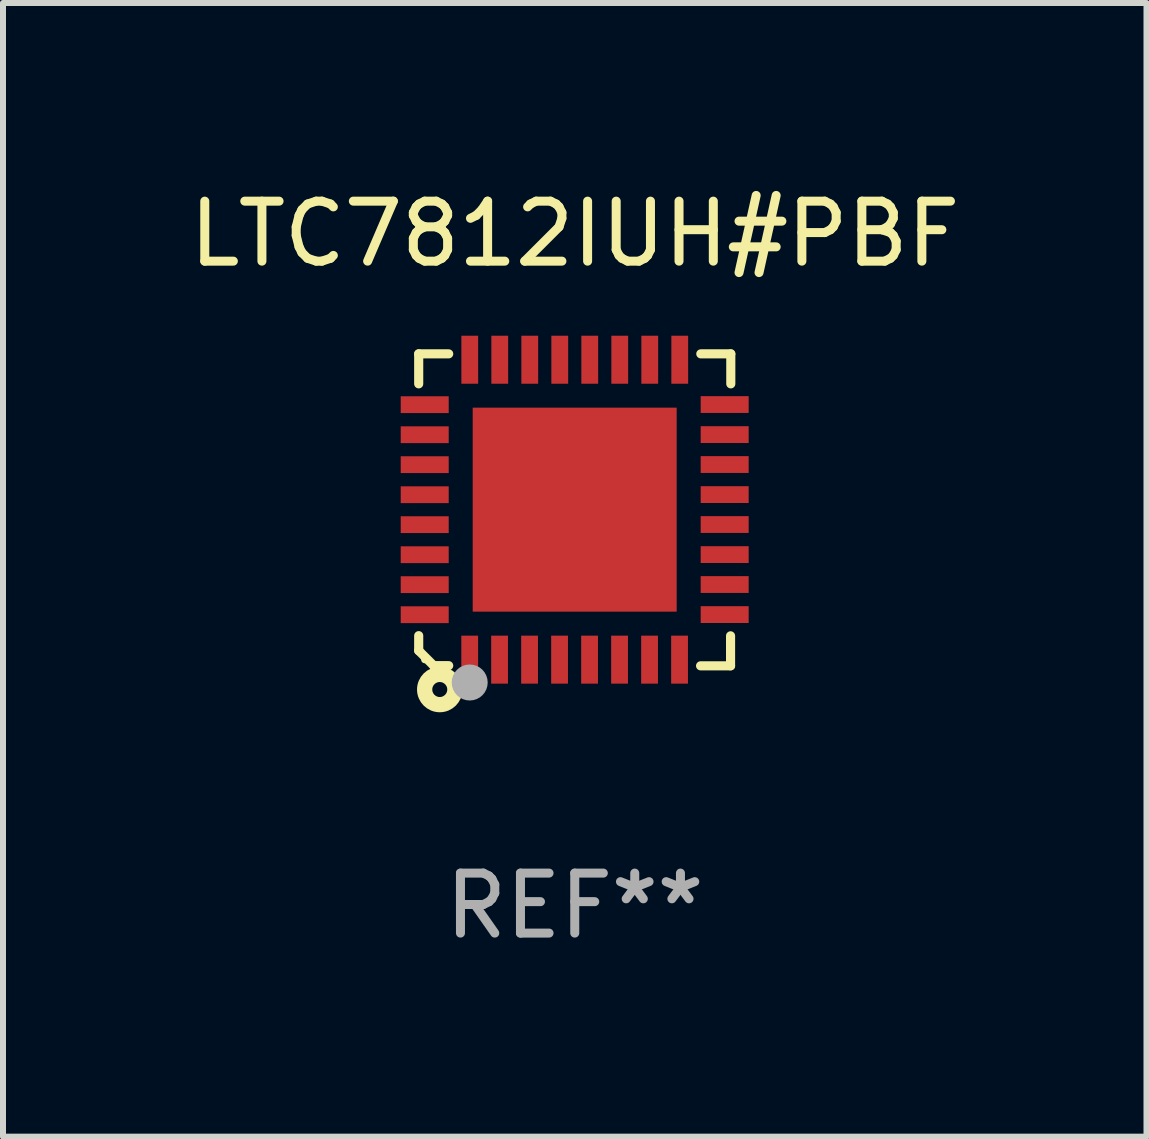
<source format=kicad_pcb>
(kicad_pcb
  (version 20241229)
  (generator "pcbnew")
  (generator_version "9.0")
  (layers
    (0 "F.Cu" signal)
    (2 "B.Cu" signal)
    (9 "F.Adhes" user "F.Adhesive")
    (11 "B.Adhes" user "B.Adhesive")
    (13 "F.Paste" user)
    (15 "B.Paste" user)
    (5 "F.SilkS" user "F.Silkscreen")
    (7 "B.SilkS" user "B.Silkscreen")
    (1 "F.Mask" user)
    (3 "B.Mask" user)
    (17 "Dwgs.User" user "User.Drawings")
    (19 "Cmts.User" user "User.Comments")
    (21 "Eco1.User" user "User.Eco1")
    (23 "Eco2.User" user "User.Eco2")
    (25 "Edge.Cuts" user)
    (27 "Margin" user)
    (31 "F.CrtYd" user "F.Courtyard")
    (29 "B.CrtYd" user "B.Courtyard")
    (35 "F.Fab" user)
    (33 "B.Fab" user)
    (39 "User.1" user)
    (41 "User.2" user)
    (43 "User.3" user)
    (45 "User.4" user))
  (footprint "LTC7812IUH#PBF"
    (layer "F.Cu")
    (at 6.53 5.448)
    (property "Reference" "LTC7812IUH#PBF" (at 0 -4.6 0) (layer "F.SilkS") (effects (font (size 1 1) (thickness 0.15))))
    (attr through_hole)
    (fp_line (start -2.601 2.097) (end -2.601 2.347) (stroke (width 0.152) (type solid)) (layer "F.SilkS"))
    (fp_line (start -2.601 2.347) (end -2.351 2.597) (stroke (width 0.152) (type solid)) (layer "F.SilkS"))
    (fp_line (start -2.601 -2.6) (end -2.601 -2.1) (stroke (width 0.152) (type solid)) (layer "F.SilkS"))
    (fp_line (start -2.601 -2.6) (end -2.101 -2.6) (stroke (width 0.152) (type solid)) (layer "F.SilkS"))
    (fp_line (start -2.351 2.597) (end -2.101 2.597) (stroke (width 0.152) (type solid)) (layer "F.SilkS"))
    (fp_line (start 2.597 2.6) (end 2.097 2.6) (stroke (width 0.152) (type solid)) (layer "F.SilkS"))
    (fp_line (start 2.597 2.6) (end 2.597 2.1) (stroke (width 0.152) (type solid)) (layer "F.SilkS"))
    (fp_line (start 2.601 -2.6) (end 2.101 -2.6) (stroke (width 0.152) (type solid)) (layer "F.SilkS"))
    (fp_line (start 2.601 -2.6) (end 2.601 -2.1) (stroke (width 0.152) (type solid)) (layer "F.SilkS"))
    (fp_circle (center -2.501 2.497) (end -2.471 2.497) (stroke (width 0.06) (type solid)) (fill no) (layer "F.SilkS"))
    (fp_circle (center -2.25 2.995) (end -2.125 2.995) (stroke (width 0.254) (type solid)) (fill no) (layer "F.SilkS"))
    (fp_circle (center -1.751 2.878) (end -1.601 2.878) (stroke (width 0.3) (type solid)) (fill no) (layer "F.Fab"))
    (fp_text user "REF**" (at 0 6.6 0) (layer "F.Fab") (effects (font (size 1 1) (thickness 0.15))))
    (pad "1" smd rect (at -1.751 2.497) (size 0.28 0.8) (layers "F.Cu" "F.Mask" "F.Paste"))
    (pad "2" smd rect (at -1.253 2.497) (size 0.28 0.8) (layers "F.Cu" "F.Mask" "F.Paste"))
    (pad "3" smd rect (at -0.753 2.497) (size 0.28 0.8) (layers "F.Cu" "F.Mask" "F.Paste"))
    (pad "4" smd rect (at -0.253 2.497) (size 0.28 0.8) (layers "F.Cu" "F.Mask" "F.Paste"))
    (pad "5" smd rect (at 0.247 2.497) (size 0.28 0.8) (layers "F.Cu" "F.Mask" "F.Paste"))
    (pad "6" smd rect (at 0.747 2.497) (size 0.28 0.8) (layers "F.Cu" "F.Mask" "F.Paste"))
    (pad "7" smd rect (at 1.247 2.497) (size 0.28 0.8) (layers "F.Cu" "F.Mask" "F.Paste"))
    (pad "8" smd rect (at 1.747 2.497) (size 0.28 0.8) (layers "F.Cu" "F.Mask" "F.Paste"))
    (pad "9" smd rect (at 2.499 1.746) (size 0.8 0.28) (layers "F.Cu" "F.Mask" "F.Paste"))
    (pad "10" smd rect (at 2.499 1.245) (size 0.8 0.28) (layers "F.Cu" "F.Mask" "F.Paste"))
    (pad "11" smd rect (at 2.499 0.746) (size 0.8 0.28) (layers "F.Cu" "F.Mask" "F.Paste"))
    (pad "12" smd rect (at 2.499 0.245) (size 0.8 0.28) (layers "F.Cu" "F.Mask" "F.Paste"))
    (pad "13" smd rect (at 2.499 -0.254) (size 0.8 0.28) (layers "F.Cu" "F.Mask" "F.Paste"))
    (pad "14" smd rect (at 2.499 -0.755) (size 0.8 0.28) (layers "F.Cu" "F.Mask" "F.Paste"))
    (pad "15" smd rect (at 2.499 -1.254) (size 0.8 0.28) (layers "F.Cu" "F.Mask" "F.Paste"))
    (pad "16" smd rect (at 2.499 -1.755) (size 0.8 0.28) (layers "F.Cu" "F.Mask" "F.Paste"))
    (pad "17" smd rect (at 1.75 -2.502) (size 0.28 0.8) (layers "F.Cu" "F.Mask" "F.Paste"))
    (pad "18" smd rect (at 1.25 -2.502) (size 0.28 0.8) (layers "F.Cu" "F.Mask" "F.Paste"))
    (pad "19" smd rect (at 0.75 -2.502) (size 0.28 0.8) (layers "F.Cu" "F.Mask" "F.Paste"))
    (pad "20" smd rect (at 0.25 -2.502) (size 0.28 0.8) (layers "F.Cu" "F.Mask" "F.Paste"))
    (pad "21" smd rect (at -0.25 -2.502) (size 0.28 0.8) (layers "F.Cu" "F.Mask" "F.Paste"))
    (pad "22" smd rect (at -0.75 -2.502) (size 0.28 0.8) (layers "F.Cu" "F.Mask" "F.Paste"))
    (pad "23" smd rect (at -1.25 -2.502) (size 0.28 0.8) (layers "F.Cu" "F.Mask" "F.Paste"))
    (pad "24" smd rect (at -1.75 -2.502) (size 0.28 0.8) (layers "F.Cu" "F.Mask" "F.Paste"))
    (pad "25" smd rect (at -2.501 -1.753) (size 0.8 0.28) (layers "F.Cu" "F.Mask" "F.Paste"))
    (pad "26" smd rect (at -2.501 -1.252) (size 0.8 0.28) (layers "F.Cu" "F.Mask" "F.Paste"))
    (pad "27" smd rect (at -2.501 -0.753) (size 0.8 0.28) (layers "F.Cu" "F.Mask" "F.Paste"))
    (pad "28" smd rect (at -2.501 -0.252) (size 0.8 0.28) (layers "F.Cu" "F.Mask" "F.Paste"))
    (pad "29" smd rect (at -2.501 0.247) (size 0.8 0.28) (layers "F.Cu" "F.Mask" "F.Paste"))
    (pad "30" smd rect (at -2.501 0.748) (size 0.8 0.28) (layers "F.Cu" "F.Mask" "F.Paste"))
    (pad "31" smd rect (at -2.501 1.247) (size 0.8 0.28) (layers "F.Cu" "F.Mask" "F.Paste"))
    (pad "32" smd rect (at -2.501 1.748) (size 0.8 0.28) (layers "F.Cu" "F.Mask" "F.Paste"))
    (pad "33" smd rect (at -0.001 -0.003 180) (size 3.4 3.4) (layers "F.Cu" "F.Mask" "F.Paste")))
  (gr_rect
    (start -3 -3)
    (end 16.06 15.896)
    (stroke (width 0.1) (type default))
    (fill no)
    (layer "Edge.Cuts")))
</source>
